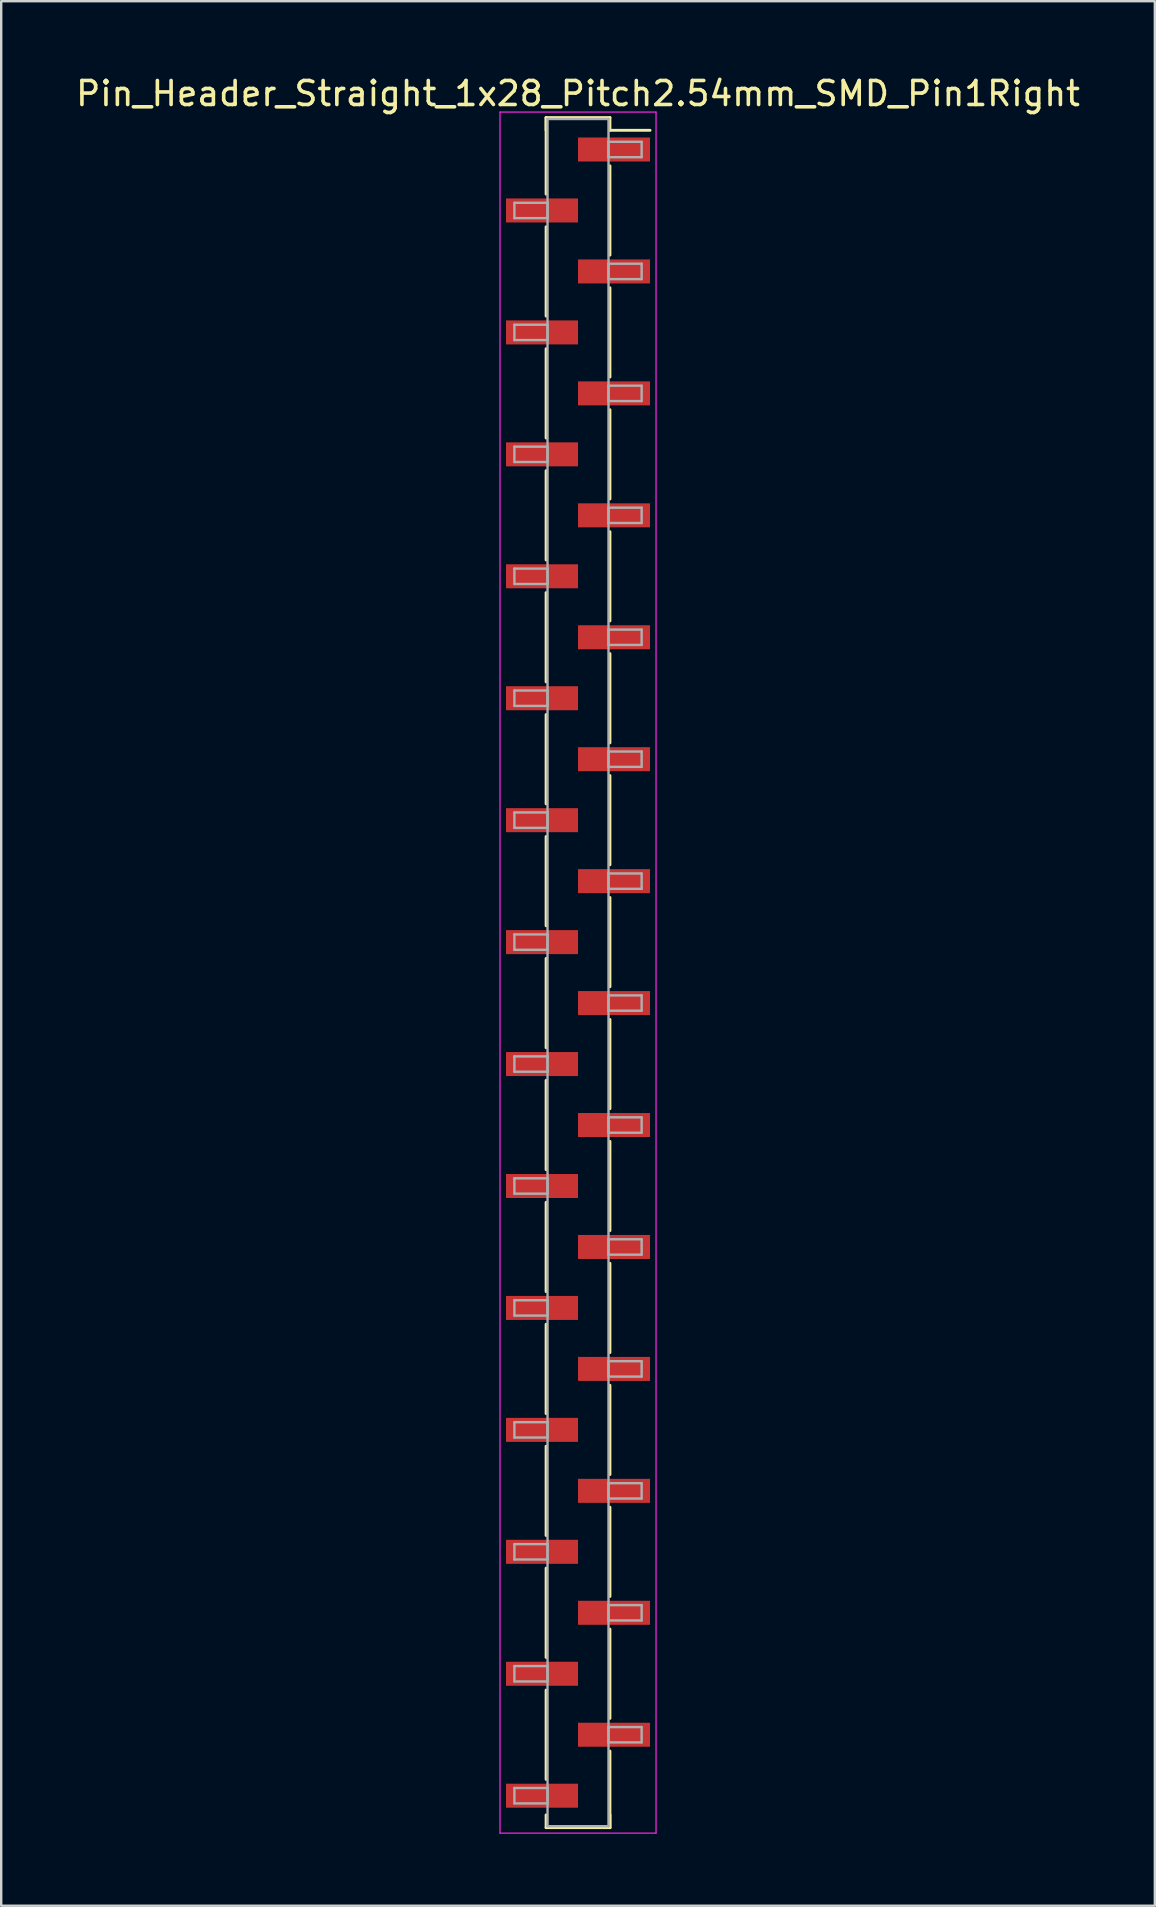
<source format=kicad_pcb>
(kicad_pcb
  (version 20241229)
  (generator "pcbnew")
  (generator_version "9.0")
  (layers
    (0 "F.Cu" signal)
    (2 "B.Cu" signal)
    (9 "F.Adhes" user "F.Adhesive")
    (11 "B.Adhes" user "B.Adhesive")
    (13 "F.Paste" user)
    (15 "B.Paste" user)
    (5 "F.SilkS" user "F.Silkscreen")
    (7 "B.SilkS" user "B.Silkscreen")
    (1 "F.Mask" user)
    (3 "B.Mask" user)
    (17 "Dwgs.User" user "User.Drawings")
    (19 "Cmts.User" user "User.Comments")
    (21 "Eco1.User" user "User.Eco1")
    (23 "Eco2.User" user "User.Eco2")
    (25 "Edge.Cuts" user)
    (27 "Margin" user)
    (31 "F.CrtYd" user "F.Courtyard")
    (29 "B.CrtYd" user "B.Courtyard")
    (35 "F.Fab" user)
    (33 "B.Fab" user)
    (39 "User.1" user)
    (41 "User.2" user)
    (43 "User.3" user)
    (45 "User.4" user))
  (footprint "Pin_Header_Straight_1x28_Pitch2.54mm_SMD_Pin1Right"
    (layer "F.Cu")
    (at 21.03 37.468)
    (property "Reference" "Pin_Header_Straight_1x28_Pitch2.54mm_SMD_Pin1Right" (at 0 -36.62 0) (layer "F.SilkS") (effects (font (size 1 1) (thickness 0.15))))
    (attr smd)
    (fp_line (start -1.33 -35.62) (end -1.33 -32.43) (stroke (width 0.12) (type solid)) (layer "F.SilkS"))
    (fp_line (start -1.33 -35.62) (end 1.33 -35.62) (stroke (width 0.12) (type solid)) (layer "F.SilkS"))
    (fp_line (start -1.33 -35.09) (end -1.33 -35.62) (stroke (width 0.12) (type solid)) (layer "F.SilkS"))
    (fp_line (start -1.33 -31.07) (end -1.33 -27.35) (stroke (width 0.12) (type solid)) (layer "F.SilkS"))
    (fp_line (start -1.33 -25.99) (end -1.33 -22.27) (stroke (width 0.12) (type solid)) (layer "F.SilkS"))
    (fp_line (start -1.33 -20.91) (end -1.33 -17.19) (stroke (width 0.12) (type solid)) (layer "F.SilkS"))
    (fp_line (start -1.33 -15.83) (end -1.33 -12.11) (stroke (width 0.12) (type solid)) (layer "F.SilkS"))
    (fp_line (start -1.33 -10.75) (end -1.33 -7.03) (stroke (width 0.12) (type solid)) (layer "F.SilkS"))
    (fp_line (start -1.33 -5.67) (end -1.33 -1.95) (stroke (width 0.12) (type solid)) (layer "F.SilkS"))
    (fp_line (start -1.33 -0.59) (end -1.33 3.13) (stroke (width 0.12) (type solid)) (layer "F.SilkS"))
    (fp_line (start -1.33 4.49) (end -1.33 8.21) (stroke (width 0.12) (type solid)) (layer "F.SilkS"))
    (fp_line (start -1.33 9.57) (end -1.33 13.29) (stroke (width 0.12) (type solid)) (layer "F.SilkS"))
    (fp_line (start -1.33 14.65) (end -1.33 18.37) (stroke (width 0.12) (type solid)) (layer "F.SilkS"))
    (fp_line (start -1.33 19.73) (end -1.33 23.45) (stroke (width 0.12) (type solid)) (layer "F.SilkS"))
    (fp_line (start -1.33 24.81) (end -1.33 28.53) (stroke (width 0.12) (type solid)) (layer "F.SilkS"))
    (fp_line (start -1.33 29.89) (end -1.33 33.61) (stroke (width 0.12) (type solid)) (layer "F.SilkS"))
    (fp_line (start -1.33 35.09) (end -1.33 35.62) (stroke (width 0.12) (type solid)) (layer "F.SilkS"))
    (fp_line (start -1.33 35.62) (end 1.33 35.62) (stroke (width 0.12) (type solid)) (layer "F.SilkS"))
    (fp_line (start 1.33 -35.62) (end 1.33 -35.09) (stroke (width 0.12) (type solid)) (layer "F.SilkS"))
    (fp_line (start 1.33 -35.09) (end 3 -35.09) (stroke (width 0.12) (type solid)) (layer "F.SilkS"))
    (fp_line (start 1.33 -33.61) (end 1.33 -29.89) (stroke (width 0.12) (type solid)) (layer "F.SilkS"))
    (fp_line (start 1.33 -28.53) (end 1.33 -24.81) (stroke (width 0.12) (type solid)) (layer "F.SilkS"))
    (fp_line (start 1.33 -23.45) (end 1.33 -19.73) (stroke (width 0.12) (type solid)) (layer "F.SilkS"))
    (fp_line (start 1.33 -18.37) (end 1.33 -14.65) (stroke (width 0.12) (type solid)) (layer "F.SilkS"))
    (fp_line (start 1.33 -13.29) (end 1.33 -9.57) (stroke (width 0.12) (type solid)) (layer "F.SilkS"))
    (fp_line (start 1.33 -8.21) (end 1.33 -4.49) (stroke (width 0.12) (type solid)) (layer "F.SilkS"))
    (fp_line (start 1.33 -3.13) (end 1.33 0.59) (stroke (width 0.12) (type solid)) (layer "F.SilkS"))
    (fp_line (start 1.33 1.95) (end 1.33 5.67) (stroke (width 0.12) (type solid)) (layer "F.SilkS"))
    (fp_line (start 1.33 7.03) (end 1.33 10.75) (stroke (width 0.12) (type solid)) (layer "F.SilkS"))
    (fp_line (start 1.33 12.11) (end 1.33 15.83) (stroke (width 0.12) (type solid)) (layer "F.SilkS"))
    (fp_line (start 1.33 17.19) (end 1.33 20.91) (stroke (width 0.12) (type solid)) (layer "F.SilkS"))
    (fp_line (start 1.33 22.27) (end 1.33 25.99) (stroke (width 0.12) (type solid)) (layer "F.SilkS"))
    (fp_line (start 1.33 27.35) (end 1.33 31.07) (stroke (width 0.12) (type solid)) (layer "F.SilkS"))
    (fp_line (start 1.33 32.43) (end 1.33 35.62) (stroke (width 0.12) (type solid)) (layer "F.SilkS"))
    (fp_line (start 1.33 35.62) (end 1.33 35.09) (stroke (width 0.12) (type solid)) (layer "F.SilkS"))
    (fp_line (start -3.25 -35.85) (end -3.25 35.85) (stroke (width 0.05) (type solid)) (layer "F.CrtYd"))
    (fp_line (start -3.25 35.85) (end 3.25 35.85) (stroke (width 0.05) (type solid)) (layer "F.CrtYd"))
    (fp_line (start 3.25 -35.85) (end -3.25 -35.85) (stroke (width 0.05) (type solid)) (layer "F.CrtYd"))
    (fp_line (start 3.25 35.85) (end 3.25 -35.85) (stroke (width 0.05) (type solid)) (layer "F.CrtYd"))
    (fp_line (start -2.65 -32.07) (end -1.27 -32.07) (stroke (width 0.1) (type solid)) (layer "F.Fab"))
    (fp_line (start -2.65 -31.43) (end -2.65 -32.07) (stroke (width 0.1) (type solid)) (layer "F.Fab"))
    (fp_line (start -2.65 -26.99) (end -1.27 -26.99) (stroke (width 0.1) (type solid)) (layer "F.Fab"))
    (fp_line (start -2.65 -26.35) (end -2.65 -26.99) (stroke (width 0.1) (type solid)) (layer "F.Fab"))
    (fp_line (start -2.65 -21.91) (end -1.27 -21.91) (stroke (width 0.1) (type solid)) (layer "F.Fab"))
    (fp_line (start -2.65 -21.27) (end -2.65 -21.91) (stroke (width 0.1) (type solid)) (layer "F.Fab"))
    (fp_line (start -2.65 -16.83) (end -1.27 -16.83) (stroke (width 0.1) (type solid)) (layer "F.Fab"))
    (fp_line (start -2.65 -16.19) (end -2.65 -16.83) (stroke (width 0.1) (type solid)) (layer "F.Fab"))
    (fp_line (start -2.65 -11.75) (end -1.27 -11.75) (stroke (width 0.1) (type solid)) (layer "F.Fab"))
    (fp_line (start -2.65 -11.11) (end -2.65 -11.75) (stroke (width 0.1) (type solid)) (layer "F.Fab"))
    (fp_line (start -2.65 -6.67) (end -1.27 -6.67) (stroke (width 0.1) (type solid)) (layer "F.Fab"))
    (fp_line (start -2.65 -6.03) (end -2.65 -6.67) (stroke (width 0.1) (type solid)) (layer "F.Fab"))
    (fp_line (start -2.65 -1.59) (end -1.27 -1.59) (stroke (width 0.1) (type solid)) (layer "F.Fab"))
    (fp_line (start -2.65 -0.95) (end -2.65 -1.59) (stroke (width 0.1) (type solid)) (layer "F.Fab"))
    (fp_line (start -2.65 3.49) (end -1.27 3.49) (stroke (width 0.1) (type solid)) (layer "F.Fab"))
    (fp_line (start -2.65 4.13) (end -2.65 3.49) (stroke (width 0.1) (type solid)) (layer "F.Fab"))
    (fp_line (start -2.65 8.57) (end -1.27 8.57) (stroke (width 0.1) (type solid)) (layer "F.Fab"))
    (fp_line (start -2.65 9.21) (end -2.65 8.57) (stroke (width 0.1) (type solid)) (layer "F.Fab"))
    (fp_line (start -2.65 13.65) (end -1.27 13.65) (stroke (width 0.1) (type solid)) (layer "F.Fab"))
    (fp_line (start -2.65 14.29) (end -2.65 13.65) (stroke (width 0.1) (type solid)) (layer "F.Fab"))
    (fp_line (start -2.65 18.73) (end -1.27 18.73) (stroke (width 0.1) (type solid)) (layer "F.Fab"))
    (fp_line (start -2.65 19.37) (end -2.65 18.73) (stroke (width 0.1) (type solid)) (layer "F.Fab"))
    (fp_line (start -2.65 23.81) (end -1.27 23.81) (stroke (width 0.1) (type solid)) (layer "F.Fab"))
    (fp_line (start -2.65 24.45) (end -2.65 23.81) (stroke (width 0.1) (type solid)) (layer "F.Fab"))
    (fp_line (start -2.65 28.89) (end -1.27 28.89) (stroke (width 0.1) (type solid)) (layer "F.Fab"))
    (fp_line (start -2.65 29.53) (end -2.65 28.89) (stroke (width 0.1) (type solid)) (layer "F.Fab"))
    (fp_line (start -2.65 33.97) (end -1.27 33.97) (stroke (width 0.1) (type solid)) (layer "F.Fab"))
    (fp_line (start -2.65 34.61) (end -2.65 33.97) (stroke (width 0.1) (type solid)) (layer "F.Fab"))
    (fp_line (start -1.27 -35.56) (end -1.27 35.56) (stroke (width 0.1) (type solid)) (layer "F.Fab"))
    (fp_line (start -1.27 -32.07) (end -1.27 -31.43) (stroke (width 0.1) (type solid)) (layer "F.Fab"))
    (fp_line (start -1.27 -31.43) (end -2.65 -31.43) (stroke (width 0.1) (type solid)) (layer "F.Fab"))
    (fp_line (start -1.27 -26.99) (end -1.27 -26.35) (stroke (width 0.1) (type solid)) (layer "F.Fab"))
    (fp_line (start -1.27 -26.35) (end -2.65 -26.35) (stroke (width 0.1) (type solid)) (layer "F.Fab"))
    (fp_line (start -1.27 -21.91) (end -1.27 -21.27) (stroke (width 0.1) (type solid)) (layer "F.Fab"))
    (fp_line (start -1.27 -21.27) (end -2.65 -21.27) (stroke (width 0.1) (type solid)) (layer "F.Fab"))
    (fp_line (start -1.27 -16.83) (end -1.27 -16.19) (stroke (width 0.1) (type solid)) (layer "F.Fab"))
    (fp_line (start -1.27 -16.19) (end -2.65 -16.19) (stroke (width 0.1) (type solid)) (layer "F.Fab"))
    (fp_line (start -1.27 -11.75) (end -1.27 -11.11) (stroke (width 0.1) (type solid)) (layer "F.Fab"))
    (fp_line (start -1.27 -11.11) (end -2.65 -11.11) (stroke (width 0.1) (type solid)) (layer "F.Fab"))
    (fp_line (start -1.27 -6.67) (end -1.27 -6.03) (stroke (width 0.1) (type solid)) (layer "F.Fab"))
    (fp_line (start -1.27 -6.03) (end -2.65 -6.03) (stroke (width 0.1) (type solid)) (layer "F.Fab"))
    (fp_line (start -1.27 -1.59) (end -1.27 -0.95) (stroke (width 0.1) (type solid)) (layer "F.Fab"))
    (fp_line (start -1.27 -0.95) (end -2.65 -0.95) (stroke (width 0.1) (type solid)) (layer "F.Fab"))
    (fp_line (start -1.27 3.49) (end -1.27 4.13) (stroke (width 0.1) (type solid)) (layer "F.Fab"))
    (fp_line (start -1.27 4.13) (end -2.65 4.13) (stroke (width 0.1) (type solid)) (layer "F.Fab"))
    (fp_line (start -1.27 8.57) (end -1.27 9.21) (stroke (width 0.1) (type solid)) (layer "F.Fab"))
    (fp_line (start -1.27 9.21) (end -2.65 9.21) (stroke (width 0.1) (type solid)) (layer "F.Fab"))
    (fp_line (start -1.27 13.65) (end -1.27 14.29) (stroke (width 0.1) (type solid)) (layer "F.Fab"))
    (fp_line (start -1.27 14.29) (end -2.65 14.29) (stroke (width 0.1) (type solid)) (layer "F.Fab"))
    (fp_line (start -1.27 18.73) (end -1.27 19.37) (stroke (width 0.1) (type solid)) (layer "F.Fab"))
    (fp_line (start -1.27 19.37) (end -2.65 19.37) (stroke (width 0.1) (type solid)) (layer "F.Fab"))
    (fp_line (start -1.27 23.81) (end -1.27 24.45) (stroke (width 0.1) (type solid)) (layer "F.Fab"))
    (fp_line (start -1.27 24.45) (end -2.65 24.45) (stroke (width 0.1) (type solid)) (layer "F.Fab"))
    (fp_line (start -1.27 28.89) (end -1.27 29.53) (stroke (width 0.1) (type solid)) (layer "F.Fab"))
    (fp_line (start -1.27 29.53) (end -2.65 29.53) (stroke (width 0.1) (type solid)) (layer "F.Fab"))
    (fp_line (start -1.27 33.97) (end -1.27 34.61) (stroke (width 0.1) (type solid)) (layer "F.Fab"))
    (fp_line (start -1.27 34.61) (end -2.65 34.61) (stroke (width 0.1) (type solid)) (layer "F.Fab"))
    (fp_line (start -1.27 35.56) (end 1.27 35.56) (stroke (width 0.1) (type solid)) (layer "F.Fab"))
    (fp_line (start 1.27 -35.56) (end -1.27 -35.56) (stroke (width 0.1) (type solid)) (layer "F.Fab"))
    (fp_line (start 1.27 -34.61) (end 1.27 -33.97) (stroke (width 0.1) (type solid)) (layer "F.Fab"))
    (fp_line (start 1.27 -33.97) (end 2.65 -33.97) (stroke (width 0.1) (type solid)) (layer "F.Fab"))
    (fp_line (start 1.27 -29.53) (end 1.27 -28.89) (stroke (width 0.1) (type solid)) (layer "F.Fab"))
    (fp_line (start 1.27 -28.89) (end 2.65 -28.89) (stroke (width 0.1) (type solid)) (layer "F.Fab"))
    (fp_line (start 1.27 -24.45) (end 1.27 -23.81) (stroke (width 0.1) (type solid)) (layer "F.Fab"))
    (fp_line (start 1.27 -23.81) (end 2.65 -23.81) (stroke (width 0.1) (type solid)) (layer "F.Fab"))
    (fp_line (start 1.27 -19.37) (end 1.27 -18.73) (stroke (width 0.1) (type solid)) (layer "F.Fab"))
    (fp_line (start 1.27 -18.73) (end 2.65 -18.73) (stroke (width 0.1) (type solid)) (layer "F.Fab"))
    (fp_line (start 1.27 -14.29) (end 1.27 -13.65) (stroke (width 0.1) (type solid)) (layer "F.Fab"))
    (fp_line (start 1.27 -13.65) (end 2.65 -13.65) (stroke (width 0.1) (type solid)) (layer "F.Fab"))
    (fp_line (start 1.27 -9.21) (end 1.27 -8.57) (stroke (width 0.1) (type solid)) (layer "F.Fab"))
    (fp_line (start 1.27 -8.57) (end 2.65 -8.57) (stroke (width 0.1) (type solid)) (layer "F.Fab"))
    (fp_line (start 1.27 -4.13) (end 1.27 -3.49) (stroke (width 0.1) (type solid)) (layer "F.Fab"))
    (fp_line (start 1.27 -3.49) (end 2.65 -3.49) (stroke (width 0.1) (type solid)) (layer "F.Fab"))
    (fp_line (start 1.27 0.95) (end 1.27 1.59) (stroke (width 0.1) (type solid)) (layer "F.Fab"))
    (fp_line (start 1.27 1.59) (end 2.65 1.59) (stroke (width 0.1) (type solid)) (layer "F.Fab"))
    (fp_line (start 1.27 6.03) (end 1.27 6.67) (stroke (width 0.1) (type solid)) (layer "F.Fab"))
    (fp_line (start 1.27 6.67) (end 2.65 6.67) (stroke (width 0.1) (type solid)) (layer "F.Fab"))
    (fp_line (start 1.27 11.11) (end 1.27 11.75) (stroke (width 0.1) (type solid)) (layer "F.Fab"))
    (fp_line (start 1.27 11.75) (end 2.65 11.75) (stroke (width 0.1) (type solid)) (layer "F.Fab"))
    (fp_line (start 1.27 16.19) (end 1.27 16.83) (stroke (width 0.1) (type solid)) (layer "F.Fab"))
    (fp_line (start 1.27 16.83) (end 2.65 16.83) (stroke (width 0.1) (type solid)) (layer "F.Fab"))
    (fp_line (start 1.27 21.27) (end 1.27 21.91) (stroke (width 0.1) (type solid)) (layer "F.Fab"))
    (fp_line (start 1.27 21.91) (end 2.65 21.91) (stroke (width 0.1) (type solid)) (layer "F.Fab"))
    (fp_line (start 1.27 26.35) (end 1.27 26.99) (stroke (width 0.1) (type solid)) (layer "F.Fab"))
    (fp_line (start 1.27 26.99) (end 2.65 26.99) (stroke (width 0.1) (type solid)) (layer "F.Fab"))
    (fp_line (start 1.27 31.43) (end 1.27 32.07) (stroke (width 0.1) (type solid)) (layer "F.Fab"))
    (fp_line (start 1.27 32.07) (end 2.65 32.07) (stroke (width 0.1) (type solid)) (layer "F.Fab"))
    (fp_line (start 1.27 35.56) (end 1.27 -35.56) (stroke (width 0.1) (type solid)) (layer "F.Fab"))
    (fp_line (start 2.65 -34.61) (end 1.27 -34.61) (stroke (width 0.1) (type solid)) (layer "F.Fab"))
    (fp_line (start 2.65 -33.97) (end 2.65 -34.61) (stroke (width 0.1) (type solid)) (layer "F.Fab"))
    (fp_line (start 2.65 -29.53) (end 1.27 -29.53) (stroke (width 0.1) (type solid)) (layer "F.Fab"))
    (fp_line (start 2.65 -28.89) (end 2.65 -29.53) (stroke (width 0.1) (type solid)) (layer "F.Fab"))
    (fp_line (start 2.65 -24.45) (end 1.27 -24.45) (stroke (width 0.1) (type solid)) (layer "F.Fab"))
    (fp_line (start 2.65 -23.81) (end 2.65 -24.45) (stroke (width 0.1) (type solid)) (layer "F.Fab"))
    (fp_line (start 2.65 -19.37) (end 1.27 -19.37) (stroke (width 0.1) (type solid)) (layer "F.Fab"))
    (fp_line (start 2.65 -18.73) (end 2.65 -19.37) (stroke (width 0.1) (type solid)) (layer "F.Fab"))
    (fp_line (start 2.65 -14.29) (end 1.27 -14.29) (stroke (width 0.1) (type solid)) (layer "F.Fab"))
    (fp_line (start 2.65 -13.65) (end 2.65 -14.29) (stroke (width 0.1) (type solid)) (layer "F.Fab"))
    (fp_line (start 2.65 -9.21) (end 1.27 -9.21) (stroke (width 0.1) (type solid)) (layer "F.Fab"))
    (fp_line (start 2.65 -8.57) (end 2.65 -9.21) (stroke (width 0.1) (type solid)) (layer "F.Fab"))
    (fp_line (start 2.65 -4.13) (end 1.27 -4.13) (stroke (width 0.1) (type solid)) (layer "F.Fab"))
    (fp_line (start 2.65 -3.49) (end 2.65 -4.13) (stroke (width 0.1) (type solid)) (layer "F.Fab"))
    (fp_line (start 2.65 0.95) (end 1.27 0.95) (stroke (width 0.1) (type solid)) (layer "F.Fab"))
    (fp_line (start 2.65 1.59) (end 2.65 0.95) (stroke (width 0.1) (type solid)) (layer "F.Fab"))
    (fp_line (start 2.65 6.03) (end 1.27 6.03) (stroke (width 0.1) (type solid)) (layer "F.Fab"))
    (fp_line (start 2.65 6.67) (end 2.65 6.03) (stroke (width 0.1) (type solid)) (layer "F.Fab"))
    (fp_line (start 2.65 11.11) (end 1.27 11.11) (stroke (width 0.1) (type solid)) (layer "F.Fab"))
    (fp_line (start 2.65 11.75) (end 2.65 11.11) (stroke (width 0.1) (type solid)) (layer "F.Fab"))
    (fp_line (start 2.65 16.19) (end 1.27 16.19) (stroke (width 0.1) (type solid)) (layer "F.Fab"))
    (fp_line (start 2.65 16.83) (end 2.65 16.19) (stroke (width 0.1) (type solid)) (layer "F.Fab"))
    (fp_line (start 2.65 21.27) (end 1.27 21.27) (stroke (width 0.1) (type solid)) (layer "F.Fab"))
    (fp_line (start 2.65 21.91) (end 2.65 21.27) (stroke (width 0.1) (type solid)) (layer "F.Fab"))
    (fp_line (start 2.65 26.35) (end 1.27 26.35) (stroke (width 0.1) (type solid)) (layer "F.Fab"))
    (fp_line (start 2.65 26.99) (end 2.65 26.35) (stroke (width 0.1) (type solid)) (layer "F.Fab"))
    (fp_line (start 2.65 31.43) (end 1.27 31.43) (stroke (width 0.1) (type solid)) (layer "F.Fab"))
    (fp_line (start 2.65 32.07) (end 2.65 31.43) (stroke (width 0.1) (type solid)) (layer "F.Fab"))
    (pad "1" smd rect (at 1.5 -34.29) (size 3 1) (layers "F.Cu" "F.Mask"))
    (pad "2" smd rect (at -1.5 -31.75) (size 3 1) (layers "F.Cu" "F.Mask"))
    (pad "3" smd rect (at 1.5 -29.21) (size 3 1) (layers "F.Cu" "F.Mask"))
    (pad "4" smd rect (at -1.5 -26.67) (size 3 1) (layers "F.Cu" "F.Mask"))
    (pad "5" smd rect (at 1.5 -24.13) (size 3 1) (layers "F.Cu" "F.Mask"))
    (pad "6" smd rect (at -1.5 -21.59) (size 3 1) (layers "F.Cu" "F.Mask"))
    (pad "7" smd rect (at 1.5 -19.05) (size 3 1) (layers "F.Cu" "F.Mask"))
    (pad "8" smd rect (at -1.5 -16.51) (size 3 1) (layers "F.Cu" "F.Mask"))
    (pad "9" smd rect (at 1.5 -13.97) (size 3 1) (layers "F.Cu" "F.Mask"))
    (pad "10" smd rect (at -1.5 -11.43) (size 3 1) (layers "F.Cu" "F.Mask"))
    (pad "11" smd rect (at 1.5 -8.89) (size 3 1) (layers "F.Cu" "F.Mask"))
    (pad "12" smd rect (at -1.5 -6.35) (size 3 1) (layers "F.Cu" "F.Mask"))
    (pad "13" smd rect (at 1.5 -3.81) (size 3 1) (layers "F.Cu" "F.Mask"))
    (pad "14" smd rect (at -1.5 -1.27) (size 3 1) (layers "F.Cu" "F.Mask"))
    (pad "15" smd rect (at 1.5 1.27) (size 3 1) (layers "F.Cu" "F.Mask"))
    (pad "16" smd rect (at -1.5 3.81) (size 3 1) (layers "F.Cu" "F.Mask"))
    (pad "17" smd rect (at 1.5 6.35) (size 3 1) (layers "F.Cu" "F.Mask"))
    (pad "18" smd rect (at -1.5 8.89) (size 3 1) (layers "F.Cu" "F.Mask"))
    (pad "19" smd rect (at 1.5 11.43) (size 3 1) (layers "F.Cu" "F.Mask"))
    (pad "20" smd rect (at -1.5 13.97) (size 3 1) (layers "F.Cu" "F.Mask"))
    (pad "21" smd rect (at 1.5 16.51) (size 3 1) (layers "F.Cu" "F.Mask"))
    (pad "22" smd rect (at -1.5 19.05) (size 3 1) (layers "F.Cu" "F.Mask"))
    (pad "23" smd rect (at 1.5 21.59) (size 3 1) (layers "F.Cu" "F.Mask"))
    (pad "24" smd rect (at -1.5 24.13) (size 3 1) (layers "F.Cu" "F.Mask"))
    (pad "25" smd rect (at 1.5 26.67) (size 3 1) (layers "F.Cu" "F.Mask"))
    (pad "26" smd rect (at -1.5 29.21) (size 3 1) (layers "F.Cu" "F.Mask"))
    (pad "27" smd rect (at 1.5 31.75) (size 3 1) (layers "F.Cu" "F.Mask"))
    (pad "28" smd rect (at -1.5 34.29) (size 3 1) (layers "F.Cu" "F.Mask")))
  (gr_rect
    (start -3 -3)
    (end 45.06 76.343)
    (stroke (width 0.1) (type default))
    (fill no)
    (layer "Edge.Cuts")))
</source>
